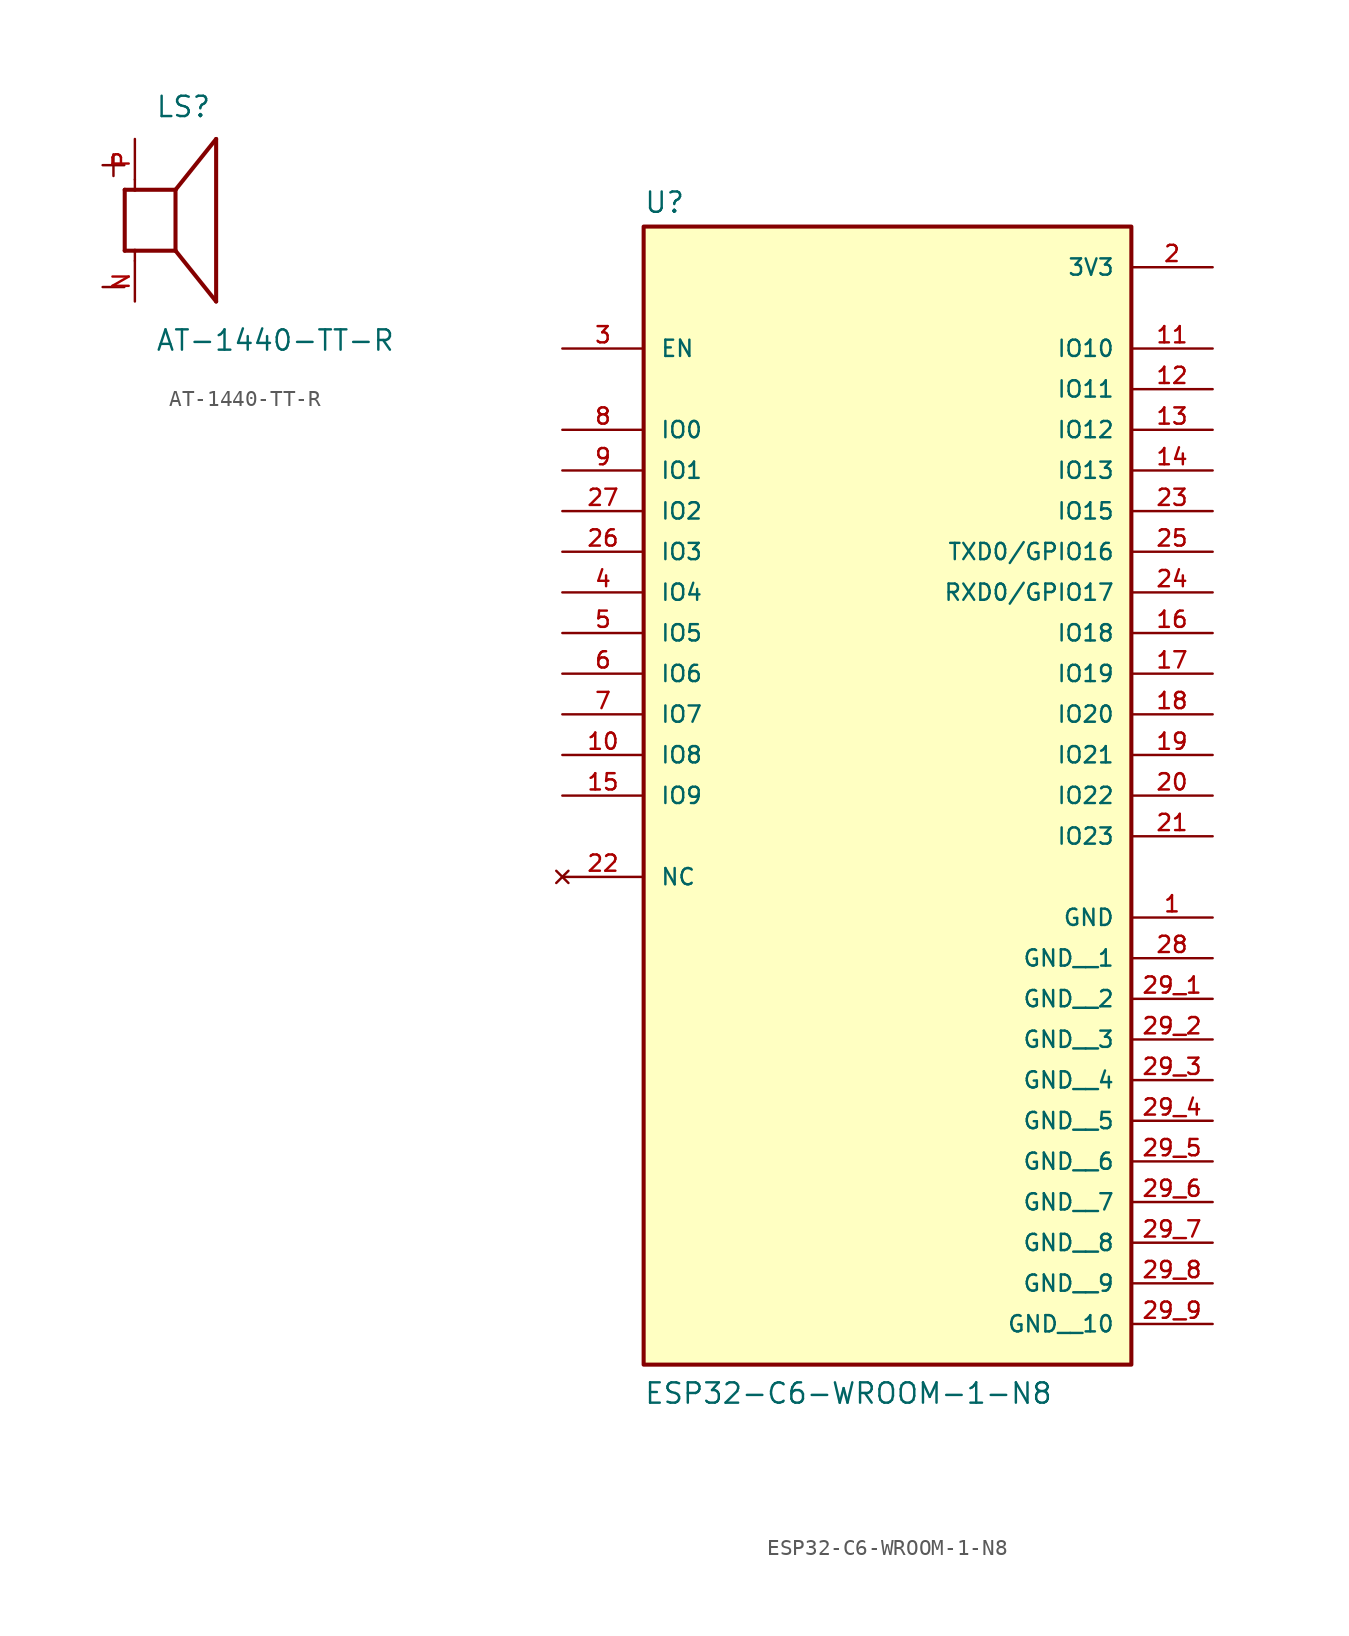
<source format=kicad_sym>
(kicad_symbol_lib
  (version 20241209)
  (generator "kicad_symbol_editor")
  (generator_version "9.0")
  (symbol "AT-1440-TT-R"
    (pin_names
      (offset 1.016))
    (property "Reference" "LS"
      (at -1.27 6.35 0)
      (effects (font (size 1.27 1.27)) (justify left bottom)))
    (property "Value" "AT-1440-TT-R"
      (at -1.27 -8.255 0)
      (effects (font (size 1.27 1.27)) (justify left bottom)))
    (symbol "AT-1440-TT-R_0_0"
      (polyline (pts (xy -3.175 1.905) (xy -3.175 -1.905)) (stroke (width 0.254) (type default)) (fill (type none)))
      (polyline (pts (xy -3.175 1.905) (xy -2.54 1.905)) (stroke (width 0.254) (type default)) (fill (type none)))
      (polyline (pts (xy -3.175 -1.905) (xy -2.54 -1.905)) (stroke (width 0.254) (type default)) (fill (type none)))
      (polyline (pts (xy -2.54 2.54) (xy -2.54 1.905)) (stroke (width 0.152) (type default)) (fill (type none)))
      (polyline (pts (xy -2.54 1.905) (xy 0 1.905)) (stroke (width 0.254) (type default)) (fill (type none)))
      (polyline (pts (xy -2.54 -1.905) (xy 0 -1.905)) (stroke (width 0.254) (type default)) (fill (type none)))
      (polyline (pts (xy -2.54 -2.54) (xy -2.54 -1.905)) (stroke (width 0.152) (type default)) (fill (type none)))
      (polyline (pts (xy 0 1.905) (xy 2.54 5.08)) (stroke (width 0.254) (type default)) (fill (type none)))
      (polyline (pts (xy 0 -1.905) (xy 0 1.905)) (stroke (width 0.254) (type default)) (fill (type none)))
      (polyline (pts (xy 0 -1.905) (xy 2.54 -5.08)) (stroke (width 0.254) (type default)) (fill (type none)))
      (polyline (pts (xy 2.54 -5.08) (xy 2.54 5.08)) (stroke (width 0.254) (type default)) (fill (type none)))
      (text "+" (at -5.08 2.54 0) (effects (font (size 1.778 1.778)) (justify left bottom)))
      (text "-" (at -5.08 -5.08 0) (effects (font (size 1.778 1.778)) (justify left bottom)))
      (pin passive line (at -2.54 5.08 270) (length 2.54) (name "~" (effects (font (size 1.016 1.016)))) (number "P" (effects (font (size 1.016 1.016)))))
      (pin passive line (at -2.54 -5.08 90) (length 2.54) (name "~" (effects (font (size 1.016 1.016)))) (number "N" (effects (font (size 1.016 1.016)))))))
  (symbol "ESP32-C6-WROOM-1-N8"
    (pin_names
      (offset 1.016))
    (property "Reference" "U"
      (at -15.24 23.622 0)
      (effects (font (size 1.27 1.27)) (justify left bottom)))
    (property "Value" "ESP32-C6-WROOM-1-N8"
      (at -15.24 -50.8 0)
      (effects (font (size 1.27 1.27)) (justify left bottom)))
    (symbol "ESP32-C6-WROOM-1-N8_0_0"
      (rectangle (start -15.24 -48.26) (end 15.24 22.86) (stroke (width 0.254) (type default)) (fill (type background)))
      (pin input line (at -20.32 15.24 0) (length 5.08) (name "EN" (effects (font (size 1.016 1.016)))) (number "3" (effects (font (size 1.016 1.016)))))
      (pin bidirectional line (at -20.32 10.16 0) (length 5.08) (name "IO0" (effects (font (size 1.016 1.016)))) (number "8" (effects (font (size 1.016 1.016)))))
      (pin bidirectional line (at -20.32 7.62 0) (length 5.08) (name "IO1" (effects (font (size 1.016 1.016)))) (number "9" (effects (font (size 1.016 1.016)))))
      (pin bidirectional line (at -20.32 5.08 0) (length 5.08) (name "IO2" (effects (font (size 1.016 1.016)))) (number "27" (effects (font (size 1.016 1.016)))))
      (pin bidirectional line (at -20.32 2.54 0) (length 5.08) (name "IO3" (effects (font (size 1.016 1.016)))) (number "26" (effects (font (size 1.016 1.016)))))
      (pin bidirectional line (at -20.32 0 0) (length 5.08) (name "IO4" (effects (font (size 1.016 1.016)))) (number "4" (effects (font (size 1.016 1.016)))))
      (pin bidirectional line (at -20.32 -2.54 0) (length 5.08) (name "IO5" (effects (font (size 1.016 1.016)))) (number "5" (effects (font (size 1.016 1.016)))))
      (pin bidirectional line (at -20.32 -5.08 0) (length 5.08) (name "IO6" (effects (font (size 1.016 1.016)))) (number "6" (effects (font (size 1.016 1.016)))))
      (pin bidirectional line (at -20.32 -7.62 0) (length 5.08) (name "IO7" (effects (font (size 1.016 1.016)))) (number "7" (effects (font (size 1.016 1.016)))))
      (pin bidirectional line (at -20.32 -10.16 0) (length 5.08) (name "IO8" (effects (font (size 1.016 1.016)))) (number "10" (effects (font (size 1.016 1.016)))))
      (pin bidirectional line (at -20.32 -12.7 0) (length 5.08) (name "IO9" (effects (font (size 1.016 1.016)))) (number "15" (effects (font (size 1.016 1.016)))))
      (pin no_connect line (at -20.32 -17.78 0) (length 5.08) (name "NC" (effects (font (size 1.016 1.016)))) (number "22" (effects (font (size 1.016 1.016)))))
      (pin power_in line (at 20.32 20.32 180) (length 5.08) (name "3V3" (effects (font (size 1.016 1.016)))) (number "2" (effects (font (size 1.016 1.016)))))
      (pin bidirectional line (at 20.32 15.24 180) (length 5.08) (name "IO10" (effects (font (size 1.016 1.016)))) (number "11" (effects (font (size 1.016 1.016)))))
      (pin bidirectional line (at 20.32 12.7 180) (length 5.08) (name "IO11" (effects (font (size 1.016 1.016)))) (number "12" (effects (font (size 1.016 1.016)))))
      (pin bidirectional line (at 20.32 10.16 180) (length 5.08) (name "IO12" (effects (font (size 1.016 1.016)))) (number "13" (effects (font (size 1.016 1.016)))))
      (pin bidirectional line (at 20.32 7.62 180) (length 5.08) (name "IO13" (effects (font (size 1.016 1.016)))) (number "14" (effects (font (size 1.016 1.016)))))
      (pin bidirectional line (at 20.32 5.08 180) (length 5.08) (name "IO15" (effects (font (size 1.016 1.016)))) (number "23" (effects (font (size 1.016 1.016)))))
      (pin bidirectional line (at 20.32 2.54 180) (length 5.08) (name "TXD0/GPIO16" (effects (font (size 1.016 1.016)))) (number "25" (effects (font (size 1.016 1.016)))))
      (pin bidirectional line (at 20.32 0 180) (length 5.08) (name "RXD0/GPIO17" (effects (font (size 1.016 1.016)))) (number "24" (effects (font (size 1.016 1.016)))))
      (pin bidirectional line (at 20.32 -2.54 180) (length 5.08) (name "IO18" (effects (font (size 1.016 1.016)))) (number "16" (effects (font (size 1.016 1.016)))))
      (pin bidirectional line (at 20.32 -5.08 180) (length 5.08) (name "IO19" (effects (font (size 1.016 1.016)))) (number "17" (effects (font (size 1.016 1.016)))))
      (pin bidirectional line (at 20.32 -7.62 180) (length 5.08) (name "IO20" (effects (font (size 1.016 1.016)))) (number "18" (effects (font (size 1.016 1.016)))))
      (pin bidirectional line (at 20.32 -10.16 180) (length 5.08) (name "IO21" (effects (font (size 1.016 1.016)))) (number "19" (effects (font (size 1.016 1.016)))))
      (pin bidirectional line (at 20.32 -12.7 180) (length 5.08) (name "IO22" (effects (font (size 1.016 1.016)))) (number "20" (effects (font (size 1.016 1.016)))))
      (pin bidirectional line (at 20.32 -15.24 180) (length 5.08) (name "IO23" (effects (font (size 1.016 1.016)))) (number "21" (effects (font (size 1.016 1.016)))))
      (pin power_in line (at 20.32 -20.32 180) (length 5.08) (name "GND" (effects (font (size 1.016 1.016)))) (number "1" (effects (font (size 1.016 1.016)))))
      (pin power_in line (at 20.32 -22.86 180) (length 5.08) (name "GND__1" (effects (font (size 1.016 1.016)))) (number "28" (effects (font (size 1.016 1.016)))))
      (pin power_in line (at 20.32 -25.4 180) (length 5.08) (name "GND__2" (effects (font (size 1.016 1.016)))) (number "29_1" (effects (font (size 1.016 1.016)))))
      (pin power_in line (at 20.32 -27.94 180) (length 5.08) (name "GND__3" (effects (font (size 1.016 1.016)))) (number "29_2" (effects (font (size 1.016 1.016)))))
      (pin power_in line (at 20.32 -30.48 180) (length 5.08) (name "GND__4" (effects (font (size 1.016 1.016)))) (number "29_3" (effects (font (size 1.016 1.016)))))
      (pin power_in line (at 20.32 -33.02 180) (length 5.08) (name "GND__5" (effects (font (size 1.016 1.016)))) (number "29_4" (effects (font (size 1.016 1.016)))))
      (pin power_in line (at 20.32 -35.56 180) (length 5.08) (name "GND__6" (effects (font (size 1.016 1.016)))) (number "29_5" (effects (font (size 1.016 1.016)))))
      (pin power_in line (at 20.32 -38.1 180) (length 5.08) (name "GND__7" (effects (font (size 1.016 1.016)))) (number "29_6" (effects (font (size 1.016 1.016)))))
      (pin power_in line (at 20.32 -40.64 180) (length 5.08) (name "GND__8" (effects (font (size 1.016 1.016)))) (number "29_7" (effects (font (size 1.016 1.016)))))
      (pin power_in line (at 20.32 -43.18 180) (length 5.08) (name "GND__9" (effects (font (size 1.016 1.016)))) (number "29_8" (effects (font (size 1.016 1.016)))))
      (pin power_in line (at 20.32 -45.72 180) (length 5.08) (name "GND__10" (effects (font (size 1.016 1.016)))) (number "29_9" (effects (font (size 1.016 1.016))))))))
</source>
